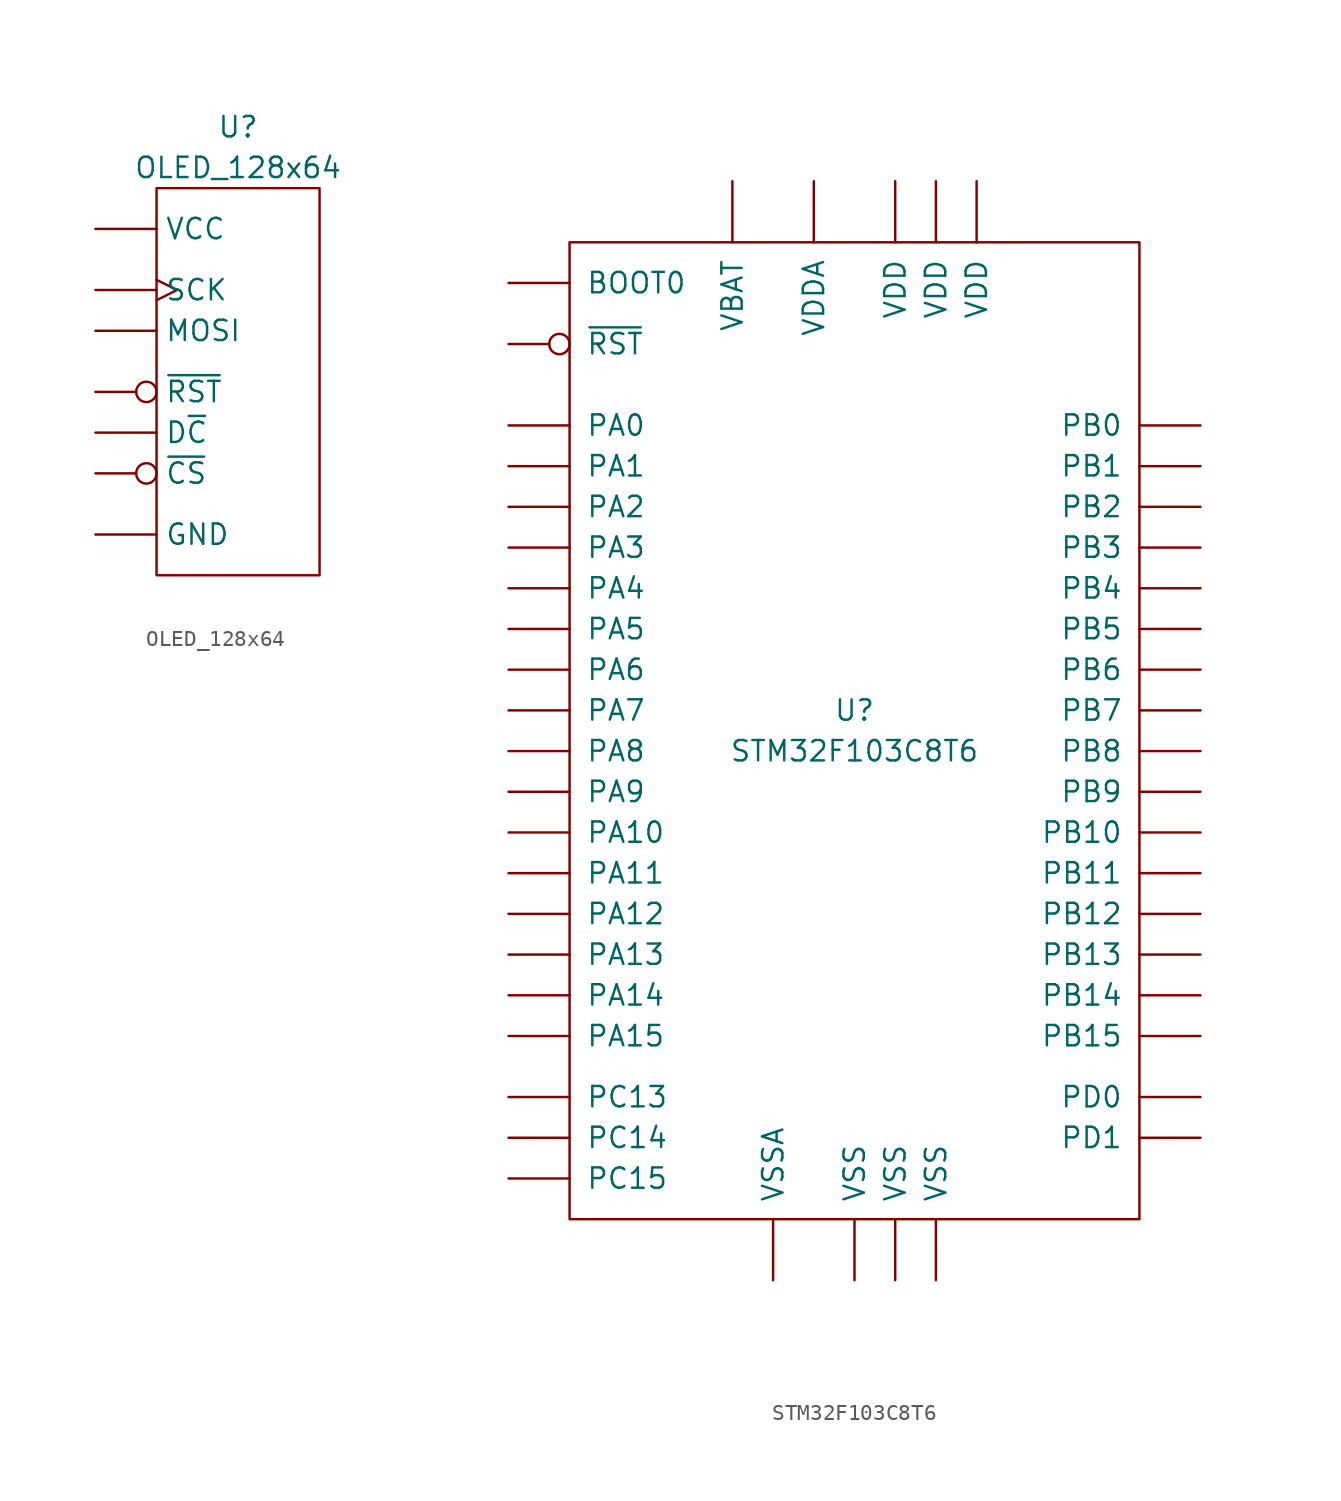
<source format=kicad_sym>
(kicad_symbol_lib
  (version 20211014)
  (generator kicad_symbol_editor)
  (symbol "OLED_128x64"
    (pin_numbers hide)
    (property "Reference" "U"
      (at 0 16.51 0)
      (effects (font (size 1.27 1.27))))
    (property "Value" "OLED_128x64"
      (at 0 13.97 0)
      (effects (font (size 1.27 1.27))))
    (symbol "OLED_128x64_0_1"
      (rectangle (start -5.08 12.7) (end 5.08 -11.43) (stroke (width 0.152) (type default) (color 0 0 0 0)) (fill (type none))))
    (symbol "OLED_128x64_1_1"
      (pin power_in line (at -8.89 -8.89 0) (length 3.81) (name "GND" (effects (font (size 1.27 1.27)))) (number "1" (effects (font (size 1.27 1.27)))))
      (pin power_in line (at -8.89 10.16 0) (length 3.81) (name "VCC" (effects (font (size 1.27 1.27)))) (number "2" (effects (font (size 1.27 1.27)))))
      (pin power_in clock (at -8.89 6.35 0) (length 3.81) (name "SCK" (effects (font (size 1.27 1.27)))) (number "3" (effects (font (size 1.27 1.27)))))
      (pin input line (at -8.89 3.81 0) (length 3.81) (name "MOSI" (effects (font (size 1.27 1.27)))) (number "4" (effects (font (size 1.27 1.27)))))
      (pin input inverted (at -8.89 0 0) (length 3.81) (name "~{RST}" (effects (font (size 1.27 1.27)))) (number "5" (effects (font (size 1.27 1.27)))))
      (pin input line (at -8.89 -2.54 0) (length 3.81) (name "D~{C}" (effects (font (size 1.27 1.27)))) (number "6" (effects (font (size 1.27 1.27)))))
      (pin input inverted (at -8.89 -5.08 0) (length 3.81) (name "~{CS}" (effects (font (size 1.27 1.27)))) (number "7" (effects (font (size 1.27 1.27)))))))
  (symbol "STM32F103C8T6"
    (pin_numbers hide)
    (pin_names
      (offset 1.016))
    (property "Reference" "U"
      (at 0 1.27 0)
      (effects (font (size 1.27 1.27))))
    (property "Value" "STM32F103C8T6"
      (at 0 -1.27 0)
      (effects (font (size 1.27 1.27))))
    (symbol "STM32F103C8T6_0_1"
      (rectangle (start -17.78 30.48) (end 17.78 -30.48) (stroke (width 0) (type default) (color 0 0 0 0)) (fill (type none))))
    (symbol "STM32F103C8T6_1_1"
      (pin power_in line (at -7.62 34.29 270) (length 3.81) (name "VBAT" (effects (font (size 1.27 1.27)))) (number "1" (effects (font (size 1.27 1.27)))))
      (pin bidirectional line (at -21.59 19.05 0) (length 3.81) (name "PA0" (effects (font (size 1.27 1.27)))) (number "10" (effects (font (size 1.27 1.27)))))
      (pin bidirectional line (at -21.59 16.51 0) (length 3.81) (name "PA1" (effects (font (size 1.27 1.27)))) (number "11" (effects (font (size 1.27 1.27)))))
      (pin bidirectional line (at -21.59 13.97 0) (length 3.81) (name "PA2" (effects (font (size 1.27 1.27)))) (number "12" (effects (font (size 1.27 1.27)))))
      (pin bidirectional line (at -21.59 11.43 0) (length 3.81) (name "PA3" (effects (font (size 1.27 1.27)))) (number "13" (effects (font (size 1.27 1.27)))))
      (pin bidirectional line (at -21.59 8.89 0) (length 3.81) (name "PA4" (effects (font (size 1.27 1.27)))) (number "14" (effects (font (size 1.27 1.27)))))
      (pin bidirectional line (at -21.59 6.35 0) (length 3.81) (name "PA5" (effects (font (size 1.27 1.27)))) (number "15" (effects (font (size 1.27 1.27)))))
      (pin bidirectional line (at -21.59 3.81 0) (length 3.81) (name "PA6" (effects (font (size 1.27 1.27)))) (number "16" (effects (font (size 1.27 1.27)))))
      (pin bidirectional line (at -21.59 1.27 0) (length 3.81) (name "PA7" (effects (font (size 1.27 1.27)))) (number "17" (effects (font (size 1.27 1.27)))))
      (pin bidirectional line (at 21.59 19.05 180) (length 3.81) (name "PB0" (effects (font (size 1.27 1.27)))) (number "18" (effects (font (size 1.27 1.27)))))
      (pin bidirectional line (at 21.59 16.51 180) (length 3.81) (name "PB1" (effects (font (size 1.27 1.27)))) (number "19" (effects (font (size 1.27 1.27)))))
      (pin bidirectional line (at -21.59 -22.86 0) (length 3.81) (name "PC13" (effects (font (size 1.27 1.27)))) (number "2" (effects (font (size 1.27 1.27)))))
      (pin bidirectional line (at 21.59 13.97 180) (length 3.81) (name "PB2" (effects (font (size 1.27 1.27)))) (number "20" (effects (font (size 1.27 1.27)))))
      (pin bidirectional line (at 21.59 -6.35 180) (length 3.81) (name "PB10" (effects (font (size 1.27 1.27)))) (number "21" (effects (font (size 1.27 1.27)))))
      (pin bidirectional line (at 21.59 -8.89 180) (length 3.81) (name "PB11" (effects (font (size 1.27 1.27)))) (number "22" (effects (font (size 1.27 1.27)))))
      (pin power_in line (at 0 -34.29 90) (length 3.81) (name "VSS" (effects (font (size 1.27 1.27)))) (number "23" (effects (font (size 1.27 1.27)))))
      (pin power_in line (at 2.54 34.29 270) (length 3.81) (name "VDD" (effects (font (size 1.27 1.27)))) (number "24" (effects (font (size 1.27 1.27)))))
      (pin bidirectional line (at 21.59 -11.43 180) (length 3.81) (name "PB12" (effects (font (size 1.27 1.27)))) (number "25" (effects (font (size 1.27 1.27)))))
      (pin bidirectional line (at 21.59 -13.97 180) (length 3.81) (name "PB13" (effects (font (size 1.27 1.27)))) (number "26" (effects (font (size 1.27 1.27)))))
      (pin bidirectional line (at 21.59 -16.51 180) (length 3.81) (name "PB14" (effects (font (size 1.27 1.27)))) (number "27" (effects (font (size 1.27 1.27)))))
      (pin bidirectional line (at 21.59 -19.05 180) (length 3.81) (name "PB15" (effects (font (size 1.27 1.27)))) (number "28" (effects (font (size 1.27 1.27)))))
      (pin bidirectional line (at -21.59 -1.27 0) (length 3.81) (name "PA8" (effects (font (size 1.27 1.27)))) (number "29" (effects (font (size 1.27 1.27)))))
      (pin bidirectional line (at -21.59 -25.4 0) (length 3.81) (name "PC14" (effects (font (size 1.27 1.27)))) (number "3" (effects (font (size 1.27 1.27)))))
      (pin bidirectional line (at -21.59 -3.81 0) (length 3.81) (name "PA9" (effects (font (size 1.27 1.27)))) (number "30" (effects (font (size 1.27 1.27)))))
      (pin bidirectional line (at -21.59 -6.35 0) (length 3.81) (name "PA10" (effects (font (size 1.27 1.27)))) (number "31" (effects (font (size 1.27 1.27)))))
      (pin bidirectional line (at -21.59 -8.89 0) (length 3.81) (name "PA11" (effects (font (size 1.27 1.27)))) (number "32" (effects (font (size 1.27 1.27)))))
      (pin bidirectional line (at -21.59 -11.43 0) (length 3.81) (name "PA12" (effects (font (size 1.27 1.27)))) (number "33" (effects (font (size 1.27 1.27)))))
      (pin bidirectional line (at -21.59 -13.97 0) (length 3.81) (name "PA13" (effects (font (size 1.27 1.27)))) (number "34" (effects (font (size 1.27 1.27)))))
      (pin power_in line (at 2.54 -34.29 90) (length 3.81) (name "VSS" (effects (font (size 1.27 1.27)))) (number "35" (effects (font (size 1.27 1.27)))))
      (pin power_in line (at 5.08 34.29 270) (length 3.81) (name "VDD" (effects (font (size 1.27 1.27)))) (number "36" (effects (font (size 1.27 1.27)))))
      (pin bidirectional line (at -21.59 -16.51 0) (length 3.81) (name "PA14" (effects (font (size 1.27 1.27)))) (number "37" (effects (font (size 1.27 1.27)))))
      (pin bidirectional line (at -21.59 -19.05 0) (length 3.81) (name "PA15" (effects (font (size 1.27 1.27)))) (number "38" (effects (font (size 1.27 1.27)))))
      (pin bidirectional line (at 21.59 11.43 180) (length 3.81) (name "PB3" (effects (font (size 1.27 1.27)))) (number "39" (effects (font (size 1.27 1.27)))))
      (pin bidirectional line (at -21.59 -27.94 0) (length 3.81) (name "PC15" (effects (font (size 1.27 1.27)))) (number "4" (effects (font (size 1.27 1.27)))))
      (pin bidirectional line (at 21.59 8.89 180) (length 3.81) (name "PB4" (effects (font (size 1.27 1.27)))) (number "40" (effects (font (size 1.27 1.27)))))
      (pin bidirectional line (at 21.59 6.35 180) (length 3.81) (name "PB5" (effects (font (size 1.27 1.27)))) (number "41" (effects (font (size 1.27 1.27)))))
      (pin bidirectional line (at 21.59 3.81 180) (length 3.81) (name "PB6" (effects (font (size 1.27 1.27)))) (number "42" (effects (font (size 1.27 1.27)))))
      (pin bidirectional line (at 21.59 1.27 180) (length 3.81) (name "PB7" (effects (font (size 1.27 1.27)))) (number "43" (effects (font (size 1.27 1.27)))))
      (pin input line (at -21.59 27.94 0) (length 3.81) (name "BOOT0" (effects (font (size 1.27 1.27)))) (number "44" (effects (font (size 1.27 1.27)))))
      (pin bidirectional line (at 21.59 -1.27 180) (length 3.81) (name "PB8" (effects (font (size 1.27 1.27)))) (number "45" (effects (font (size 1.27 1.27)))))
      (pin bidirectional line (at 21.59 -3.81 180) (length 3.81) (name "PB9" (effects (font (size 1.27 1.27)))) (number "46" (effects (font (size 1.27 1.27)))))
      (pin power_in line (at 5.08 -34.29 90) (length 3.81) (name "VSS" (effects (font (size 1.27 1.27)))) (number "47" (effects (font (size 1.27 1.27)))))
      (pin power_in line (at 7.62 34.29 270) (length 3.81) (name "VDD" (effects (font (size 1.27 1.27)))) (number "48" (effects (font (size 1.27 1.27)))))
      (pin bidirectional line (at 21.59 -22.86 180) (length 3.81) (name "PD0" (effects (font (size 1.27 1.27)))) (number "5" (effects (font (size 1.27 1.27)))))
      (pin bidirectional line (at 21.59 -25.4 180) (length 3.81) (name "PD1" (effects (font (size 1.27 1.27)))) (number "6" (effects (font (size 1.27 1.27)))))
      (pin input inverted (at -21.59 24.13 0) (length 3.81) (name "~{RST}" (effects (font (size 1.27 1.27)))) (number "7" (effects (font (size 1.27 1.27)))))
      (pin power_in line (at -5.08 -34.29 90) (length 3.81) (name "VSSA" (effects (font (size 1.27 1.27)))) (number "8" (effects (font (size 1.27 1.27)))))
      (pin power_in line (at -2.54 34.29 270) (length 3.81) (name "VDDA" (effects (font (size 1.27 1.27)))) (number "9" (effects (font (size 1.27 1.27))))))))
</source>
